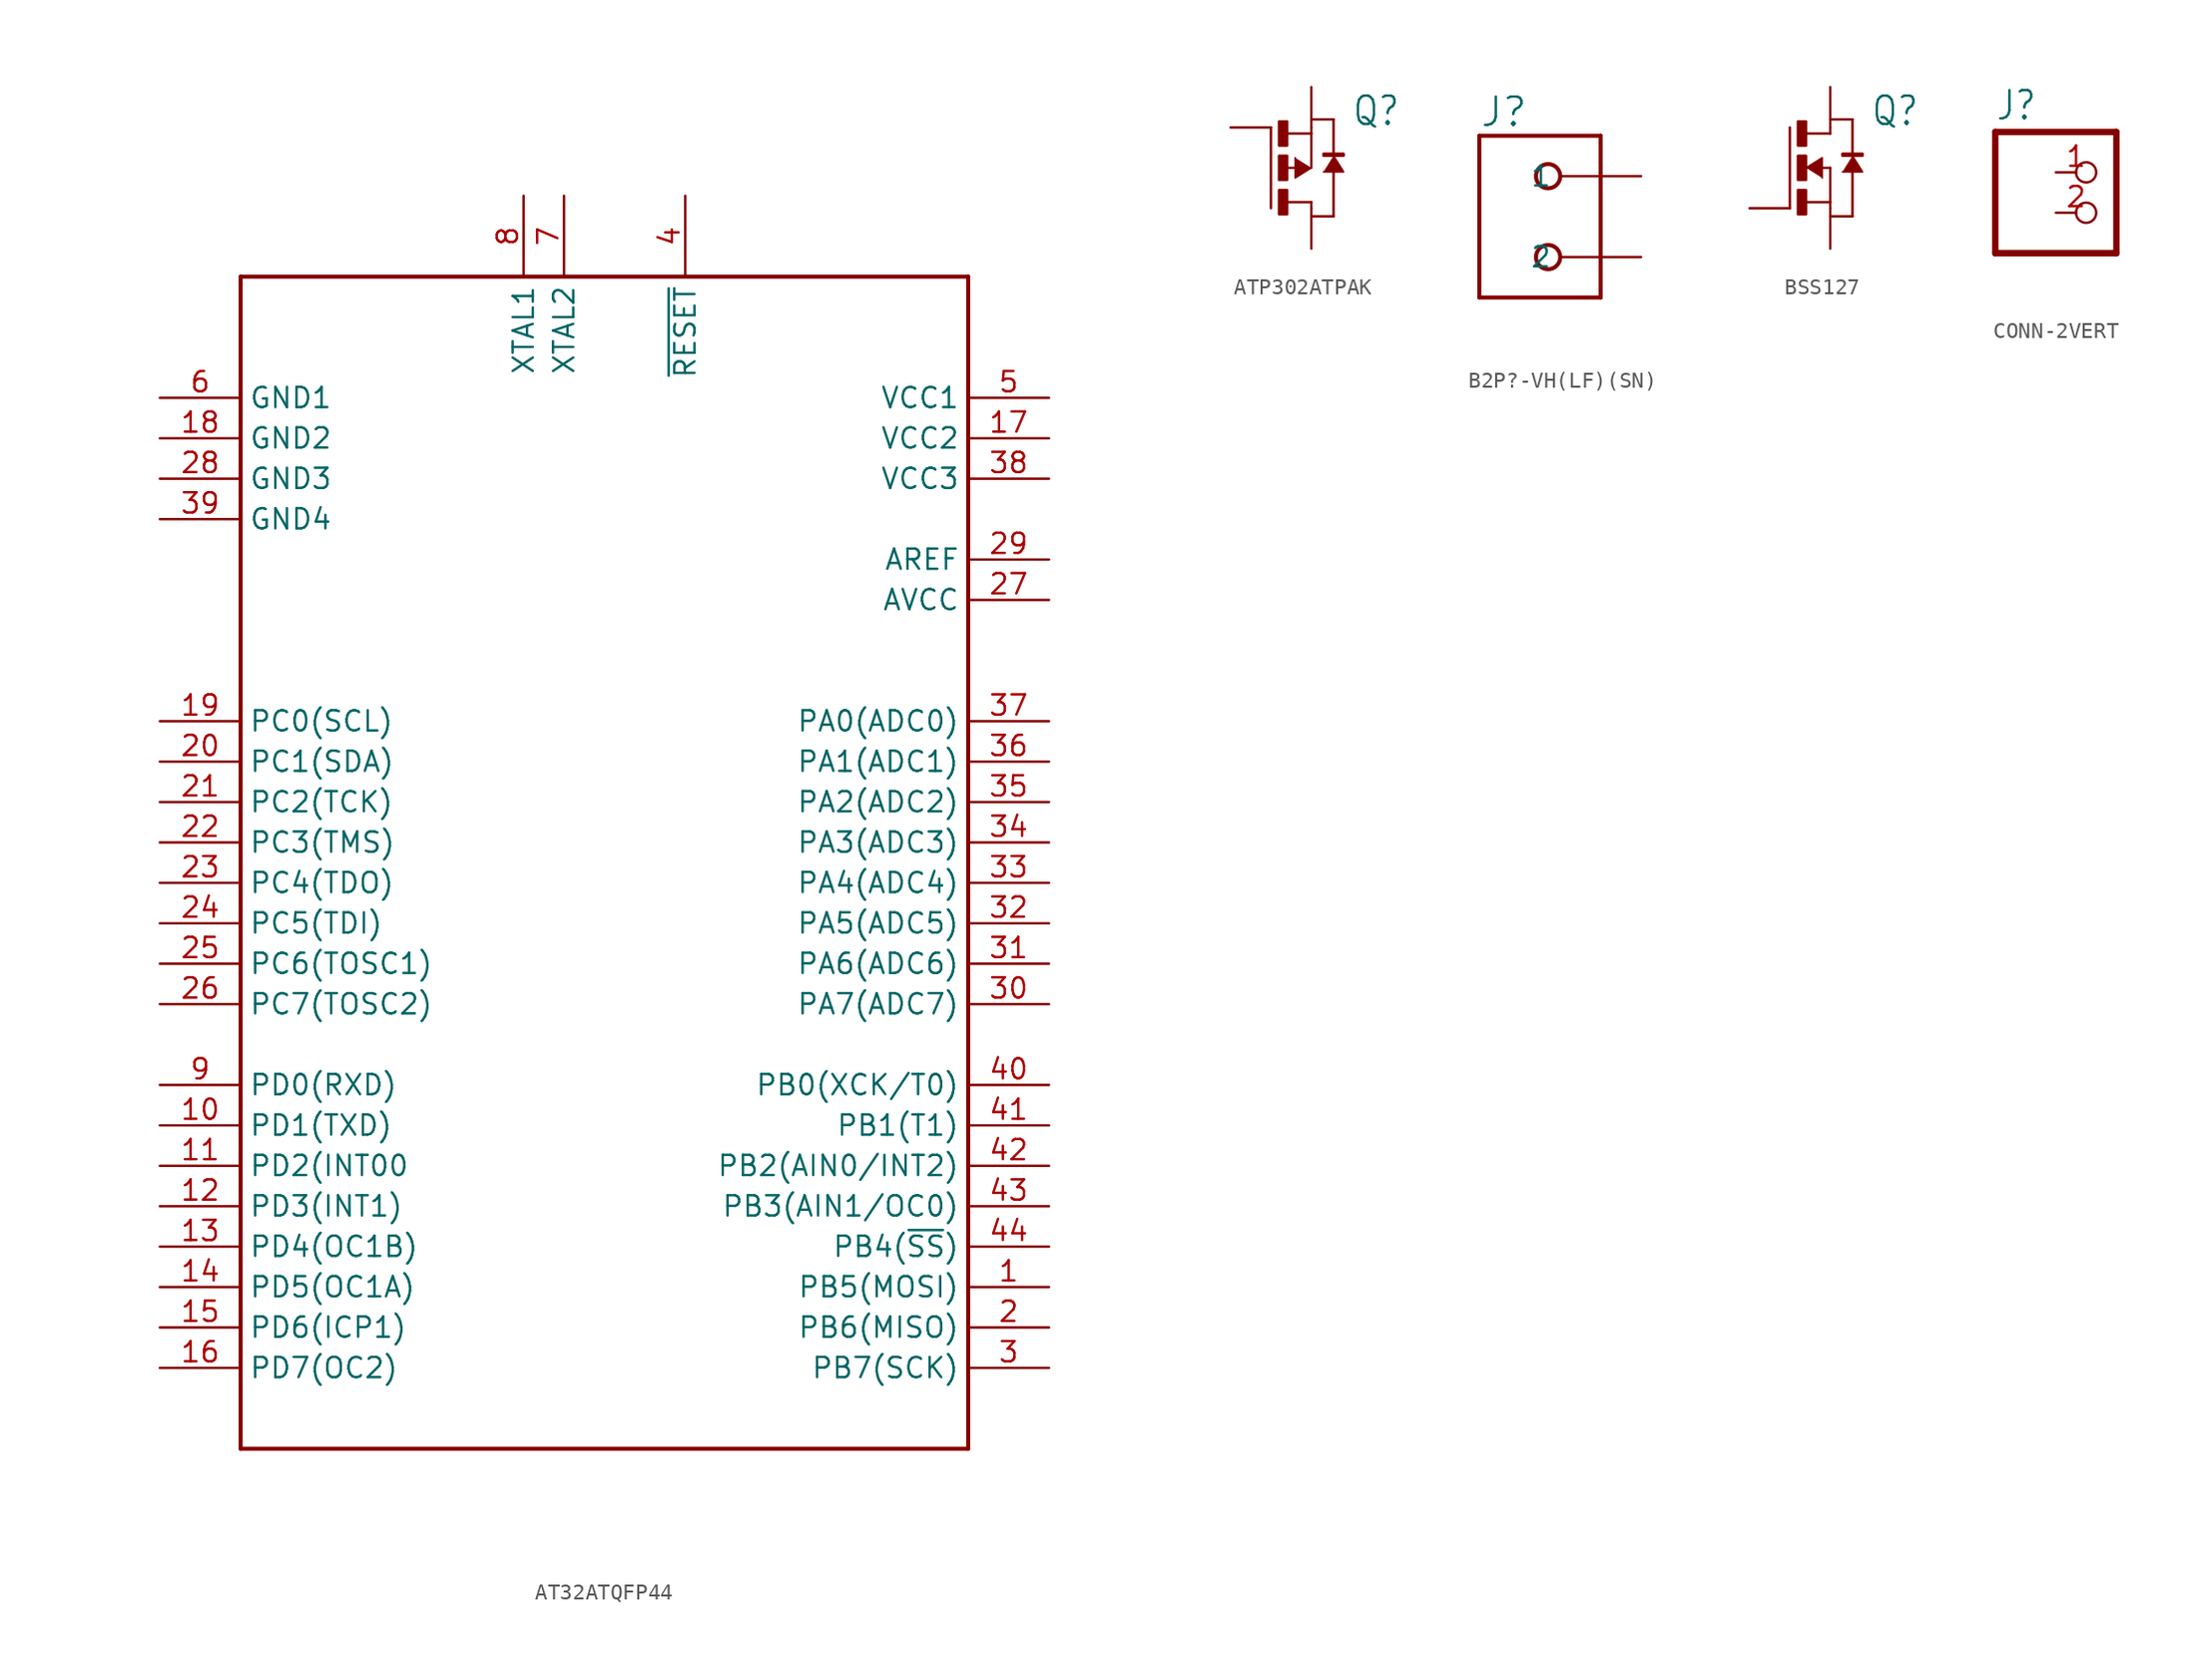
<source format=kicad_sym>
(kicad_symbol_lib
  (version 20220914)
  (generator kicad_symbol_editor)
  (symbol "AT32ATQFP44"
    (property "Reference" "U"
      (at 0 0 0)
      (effects (font (size 1.27 1.27)) hide))
    (property "ki_locked" ""
      (at 0 0 0)
      (effects (font (size 1.27 1.27))))
    (symbol "AT32ATQFP44_1_0"
      (polyline (pts (xy -22.86 -35.56) (xy 22.86 -35.56)) (stroke (width 0.254) (type solid)) (fill (type none)))
      (polyline (pts (xy -22.86 38.1) (xy -22.86 -35.56)) (stroke (width 0.254) (type solid)) (fill (type none)))
      (polyline (pts (xy 22.86 -35.56) (xy 22.86 38.1)) (stroke (width 0.254) (type solid)) (fill (type none)))
      (polyline (pts (xy 22.86 38.1) (xy -22.86 38.1)) (stroke (width 0.254) (type solid)) (fill (type none)))
      (pin bidirectional line (at 27.94 -25.4 180) (length 5.08) (name "PB5(MOSI)" (effects (font (size 1.27 1.27)))) (number "1" (effects (font (size 1.27 1.27)))))
      (pin bidirectional line (at -27.94 -15.24 0) (length 5.08) (name "PD1(TXD)" (effects (font (size 1.27 1.27)))) (number "10" (effects (font (size 1.27 1.27)))))
      (pin bidirectional line (at -27.94 -17.78 0) (length 5.08) (name "PD2(INT00" (effects (font (size 1.27 1.27)))) (number "11" (effects (font (size 1.27 1.27)))))
      (pin bidirectional line (at -27.94 -20.32 0) (length 5.08) (name "PD3(INT1)" (effects (font (size 1.27 1.27)))) (number "12" (effects (font (size 1.27 1.27)))))
      (pin bidirectional line (at -27.94 -22.86 0) (length 5.08) (name "PD4(OC1B)" (effects (font (size 1.27 1.27)))) (number "13" (effects (font (size 1.27 1.27)))))
      (pin bidirectional line (at -27.94 -25.4 0) (length 5.08) (name "PD5(OC1A)" (effects (font (size 1.27 1.27)))) (number "14" (effects (font (size 1.27 1.27)))))
      (pin bidirectional line (at -27.94 -27.94 0) (length 5.08) (name "PD6(ICP1)" (effects (font (size 1.27 1.27)))) (number "15" (effects (font (size 1.27 1.27)))))
      (pin bidirectional line (at -27.94 -30.48 0) (length 5.08) (name "PD7(OC2)" (effects (font (size 1.27 1.27)))) (number "16" (effects (font (size 1.27 1.27)))))
      (pin bidirectional line (at 27.94 27.94 180) (length 5.08) (name "VCC2" (effects (font (size 1.27 1.27)))) (number "17" (effects (font (size 1.27 1.27)))))
      (pin bidirectional line (at -27.94 27.94 0) (length 5.08) (name "GND2" (effects (font (size 1.27 1.27)))) (number "18" (effects (font (size 1.27 1.27)))))
      (pin bidirectional line (at -27.94 10.16 0) (length 5.08) (name "PC0(SCL)" (effects (font (size 1.27 1.27)))) (number "19" (effects (font (size 1.27 1.27)))))
      (pin bidirectional line (at 27.94 -27.94 180) (length 5.08) (name "PB6(MISO)" (effects (font (size 1.27 1.27)))) (number "2" (effects (font (size 1.27 1.27)))))
      (pin bidirectional line (at -27.94 7.62 0) (length 5.08) (name "PC1(SDA)" (effects (font (size 1.27 1.27)))) (number "20" (effects (font (size 1.27 1.27)))))
      (pin bidirectional line (at -27.94 5.08 0) (length 5.08) (name "PC2(TCK)" (effects (font (size 1.27 1.27)))) (number "21" (effects (font (size 1.27 1.27)))))
      (pin bidirectional line (at -27.94 2.54 0) (length 5.08) (name "PC3(TMS)" (effects (font (size 1.27 1.27)))) (number "22" (effects (font (size 1.27 1.27)))))
      (pin bidirectional line (at -27.94 0 0) (length 5.08) (name "PC4(TDO)" (effects (font (size 1.27 1.27)))) (number "23" (effects (font (size 1.27 1.27)))))
      (pin bidirectional line (at -27.94 -2.54 0) (length 5.08) (name "PC5(TDI)" (effects (font (size 1.27 1.27)))) (number "24" (effects (font (size 1.27 1.27)))))
      (pin bidirectional line (at -27.94 -5.08 0) (length 5.08) (name "PC6(TOSC1)" (effects (font (size 1.27 1.27)))) (number "25" (effects (font (size 1.27 1.27)))))
      (pin bidirectional line (at -27.94 -7.62 0) (length 5.08) (name "PC7(TOSC2)" (effects (font (size 1.27 1.27)))) (number "26" (effects (font (size 1.27 1.27)))))
      (pin bidirectional line (at 27.94 17.78 180) (length 5.08) (name "AVCC" (effects (font (size 1.27 1.27)))) (number "27" (effects (font (size 1.27 1.27)))))
      (pin bidirectional line (at -27.94 25.4 0) (length 5.08) (name "GND3" (effects (font (size 1.27 1.27)))) (number "28" (effects (font (size 1.27 1.27)))))
      (pin bidirectional line (at 27.94 20.32 180) (length 5.08) (name "AREF" (effects (font (size 1.27 1.27)))) (number "29" (effects (font (size 1.27 1.27)))))
      (pin bidirectional line (at 27.94 -30.48 180) (length 5.08) (name "PB7(SCK)" (effects (font (size 1.27 1.27)))) (number "3" (effects (font (size 1.27 1.27)))))
      (pin bidirectional line (at 27.94 -7.62 180) (length 5.08) (name "PA7(ADC7)" (effects (font (size 1.27 1.27)))) (number "30" (effects (font (size 1.27 1.27)))))
      (pin bidirectional line (at 27.94 -5.08 180) (length 5.08) (name "PA6(ADC6)" (effects (font (size 1.27 1.27)))) (number "31" (effects (font (size 1.27 1.27)))))
      (pin bidirectional line (at 27.94 -2.54 180) (length 5.08) (name "PA5(ADC5)" (effects (font (size 1.27 1.27)))) (number "32" (effects (font (size 1.27 1.27)))))
      (pin bidirectional line (at 27.94 0 180) (length 5.08) (name "PA4(ADC4)" (effects (font (size 1.27 1.27)))) (number "33" (effects (font (size 1.27 1.27)))))
      (pin bidirectional line (at 27.94 2.54 180) (length 5.08) (name "PA3(ADC3)" (effects (font (size 1.27 1.27)))) (number "34" (effects (font (size 1.27 1.27)))))
      (pin bidirectional line (at 27.94 5.08 180) (length 5.08) (name "PA2(ADC2)" (effects (font (size 1.27 1.27)))) (number "35" (effects (font (size 1.27 1.27)))))
      (pin bidirectional line (at 27.94 7.62 180) (length 5.08) (name "PA1(ADC1)" (effects (font (size 1.27 1.27)))) (number "36" (effects (font (size 1.27 1.27)))))
      (pin bidirectional line (at 27.94 10.16 180) (length 5.08) (name "PA0(ADC0)" (effects (font (size 1.27 1.27)))) (number "37" (effects (font (size 1.27 1.27)))))
      (pin bidirectional line (at 27.94 25.4 180) (length 5.08) (name "VCC3" (effects (font (size 1.27 1.27)))) (number "38" (effects (font (size 1.27 1.27)))))
      (pin bidirectional line (at -27.94 22.86 0) (length 5.08) (name "GND4" (effects (font (size 1.27 1.27)))) (number "39" (effects (font (size 1.27 1.27)))))
      (pin bidirectional line (at 5.08 43.18 270) (length 5.08) (name "~{RESET}" (effects (font (size 1.27 1.27)))) (number "4" (effects (font (size 1.27 1.27)))))
      (pin bidirectional line (at 27.94 -12.7 180) (length 5.08) (name "PB0(XCK/T0)" (effects (font (size 1.27 1.27)))) (number "40" (effects (font (size 1.27 1.27)))))
      (pin bidirectional line (at 27.94 -15.24 180) (length 5.08) (name "PB1(T1)" (effects (font (size 1.27 1.27)))) (number "41" (effects (font (size 1.27 1.27)))))
      (pin bidirectional line (at 27.94 -17.78 180) (length 5.08) (name "PB2(AIN0/INT2)" (effects (font (size 1.27 1.27)))) (number "42" (effects (font (size 1.27 1.27)))))
      (pin bidirectional line (at 27.94 -20.32 180) (length 5.08) (name "PB3(AIN1/OC0)" (effects (font (size 1.27 1.27)))) (number "43" (effects (font (size 1.27 1.27)))))
      (pin bidirectional line (at 27.94 -22.86 180) (length 5.08) (name "PB4(~{SS})" (effects (font (size 1.27 1.27)))) (number "44" (effects (font (size 1.27 1.27)))))
      (pin bidirectional line (at 27.94 30.48 180) (length 5.08) (name "VCC1" (effects (font (size 1.27 1.27)))) (number "5" (effects (font (size 1.27 1.27)))))
      (pin bidirectional line (at -27.94 30.48 0) (length 5.08) (name "GND1" (effects (font (size 1.27 1.27)))) (number "6" (effects (font (size 1.27 1.27)))))
      (pin bidirectional line (at -2.54 43.18 270) (length 5.08) (name "XTAL2" (effects (font (size 1.27 1.27)))) (number "7" (effects (font (size 1.27 1.27)))))
      (pin bidirectional line (at -5.08 43.18 270) (length 5.08) (name "XTAL1" (effects (font (size 1.27 1.27)))) (number "8" (effects (font (size 1.27 1.27)))))
      (pin bidirectional line (at -27.94 -12.7 0) (length 5.08) (name "PD0(RXD)" (effects (font (size 1.27 1.27)))) (number "9" (effects (font (size 1.27 1.27)))))))
  (symbol "ATP302ATPAK"
    (property "Reference" "Q"
      (at 2.54 2.54 0)
      (effects (font (size 1.778 1.511)) (justify left bottom)))
    (property "Value" ""
      (at 2.54 0 0)
      (effects (font (size 1.778 1.511)) (justify left bottom)))
    (property "ki_locked" ""
      (at 0 0 0)
      (effects (font (size 1.27 1.27))))
    (symbol "ATP302ATPAK_1_0"
      (rectangle (start -2.032 -2.921) (end -1.524 -1.397) (stroke (width 0) (type default)) (fill (type outline)))
      (rectangle (start -2.032 -0.762) (end -1.524 0.762) (stroke (width 0) (type default)) (fill (type outline)))
      (rectangle (start -2.032 1.397) (end -1.524 2.921) (stroke (width 0) (type default)) (fill (type outline)))
      (polyline (pts (xy -2.54 2.54) (xy -2.54 -2.54)) (stroke (width 0.152) (type solid)) (fill (type none)))
      (polyline (pts (xy -1.524 -2.159) (xy 0 -2.159)) (stroke (width 0.152) (type solid)) (fill (type none)))
      (polyline (pts (xy -1.524 0) (xy -1.016 0)) (stroke (width 0.152) (type solid)) (fill (type none)))
      (polyline (pts (xy -1.524 2.159) (xy 0 2.159)) (stroke (width 0.152) (type solid)) (fill (type none)))
      (polyline (pts (xy 0 -2.159) (xy 0 -2.54)) (stroke (width 0.152) (type solid)) (fill (type none)))
      (polyline (pts (xy 0 0) (xy 0 2.159)) (stroke (width 0.152) (type solid)) (fill (type none)))
      (polyline (pts (xy 0 2.159) (xy 0 2.54)) (stroke (width 0.152) (type solid)) (fill (type none)))
      (polyline (pts (xy 0 3.048) (xy 1.397 3.048)) (stroke (width 0.152) (type solid)) (fill (type none)))
      (polyline (pts (xy 1.397 -3.048) (xy 0 -3.048)) (stroke (width 0.152) (type solid)) (fill (type none)))
      (polyline (pts (xy 1.397 -0.254) (xy 1.397 -3.048)) (stroke (width 0.152) (type solid)) (fill (type none)))
      (polyline (pts (xy 1.397 3.048) (xy 1.397 0.762)) (stroke (width 0.152) (type solid)) (fill (type none)))
      (polyline (pts (xy 0 0) (xy -1.016 -0.635) (xy -1.016 0.635)) (stroke (width 0.102) (type solid)) (fill (type outline)))
      (polyline (pts (xy 1.397 0.762) (xy 2.032 -0.254) (xy 0.762 -0.254)) (stroke (width 0.102) (type solid)) (fill (type outline)))
      (rectangle (start 0.762 0.762) (end 2.032 0.889) (stroke (width 0) (type default)) (fill (type outline)))
      (pin passive line (at -5.08 2.54 0) (length 2.54) (name "G" (effects (font (size 0 0)))) (number "1" (effects (font (size 0 0)))))
      (pin passive line (at 0 5.08 270) (length 2.54) (name "S" (effects (font (size 0 0)))) (number "2" (effects (font (size 0 0)))))
      (pin passive line (at 0 -5.08 90) (length 2.54) (name "D" (effects (font (size 0 0)))) (number "3" (effects (font (size 0 0)))))))
  (symbol "B2P?-VH(LF)(SN)"
    (property "Reference" "J"
      (at -5.08 7.62 0)
      (effects (font (size 1.778 1.778)) (justify left top)))
    (property "Value" ""
      (at -5.08 -7.62 0)
      (effects (font (size 1.778 1.778)) (justify left bottom)))
    (property "ki_locked" ""
      (at 0 0 0)
      (effects (font (size 1.27 1.27))))
    (symbol "B2P?-VH(LF)(SN)_1_0"
      (circle (center -0.762 -2.54) (radius 0.762) (stroke (width 0.254) (type solid)) (fill (type none)))
      (circle (center -0.762 2.54) (radius 0.762) (stroke (width 0.254) (type solid)) (fill (type none)))
      (polyline (pts (xy -5.08 -5.08) (xy 2.54 -5.08)) (stroke (width 0.254) (type solid)) (fill (type none)))
      (polyline (pts (xy -5.08 5.08) (xy -5.08 -5.08)) (stroke (width 0.254) (type solid)) (fill (type none)))
      (polyline (pts (xy 2.54 -5.08) (xy 2.54 5.08)) (stroke (width 0.254) (type solid)) (fill (type none)))
      (polyline (pts (xy 2.54 5.08) (xy -5.08 5.08)) (stroke (width 0.254) (type solid)) (fill (type none)))
      (pin bidirectional line (at 5.08 2.54 180) (length 5.08) (name "1" (effects (font (size 1.27 1.27)))) (number "1" (effects (font (size 0 0)))))
      (pin bidirectional line (at 5.08 -2.54 180) (length 5.08) (name "2" (effects (font (size 1.27 1.27)))) (number "2" (effects (font (size 0 0)))))))
  (symbol "BSS127"
    (property "Reference" "Q"
      (at 2.54 2.54 0)
      (effects (font (size 1.778 1.511)) (justify left bottom)))
    (property "Value" ""
      (at 2.54 0 0)
      (effects (font (size 1.778 1.511)) (justify left bottom)))
    (property "ki_locked" ""
      (at 0 0 0)
      (effects (font (size 1.27 1.27))))
    (symbol "BSS127_1_0"
      (rectangle (start -2.032 -2.921) (end -1.524 -1.397) (stroke (width 0) (type default)) (fill (type outline)))
      (rectangle (start -2.032 -0.762) (end -1.524 0.762) (stroke (width 0) (type default)) (fill (type outline)))
      (rectangle (start -2.032 1.397) (end -1.524 2.921) (stroke (width 0) (type default)) (fill (type outline)))
      (polyline (pts (xy -2.54 -2.54) (xy -2.54 2.54)) (stroke (width 0.152) (type solid)) (fill (type none)))
      (polyline (pts (xy -1.524 -2.159) (xy 0 -2.159)) (stroke (width 0.152) (type solid)) (fill (type none)))
      (polyline (pts (xy -1.524 2.159) (xy 0 2.159)) (stroke (width 0.152) (type solid)) (fill (type none)))
      (polyline (pts (xy -0.508 0) (xy 0 0)) (stroke (width 0.152) (type solid)) (fill (type none)))
      (polyline (pts (xy 0 -2.159) (xy 0 -2.54)) (stroke (width 0.152) (type solid)) (fill (type none)))
      (polyline (pts (xy 0 0) (xy 0 -2.159)) (stroke (width 0.152) (type solid)) (fill (type none)))
      (polyline (pts (xy 0 2.159) (xy 0 2.54)) (stroke (width 0.152) (type solid)) (fill (type none)))
      (polyline (pts (xy 0 3.048) (xy 1.397 3.048)) (stroke (width 0.152) (type solid)) (fill (type none)))
      (polyline (pts (xy 1.397 -3.048) (xy 0 -3.048)) (stroke (width 0.152) (type solid)) (fill (type none)))
      (polyline (pts (xy 1.397 -0.254) (xy 1.397 -3.048)) (stroke (width 0.152) (type solid)) (fill (type none)))
      (polyline (pts (xy 1.397 3.048) (xy 1.397 0.762)) (stroke (width 0.152) (type solid)) (fill (type none)))
      (polyline (pts (xy -1.524 0) (xy -0.508 0.635) (xy -0.508 -0.635)) (stroke (width 0.102) (type solid)) (fill (type outline)))
      (polyline (pts (xy 1.397 0.762) (xy 2.032 -0.254) (xy 0.762 -0.254)) (stroke (width 0.102) (type solid)) (fill (type outline)))
      (rectangle (start 0.762 0.762) (end 2.032 0.889) (stroke (width 0) (type default)) (fill (type outline)))
      (pin passive line (at -5.08 -2.54 0) (length 2.54) (name "G" (effects (font (size 0 0)))) (number "1" (effects (font (size 0 0)))))
      (pin passive line (at 0 -5.08 90) (length 2.54) (name "S" (effects (font (size 0 0)))) (number "2" (effects (font (size 0 0)))))
      (pin passive line (at 0 5.08 270) (length 2.54) (name "D" (effects (font (size 0 0)))) (number "3" (effects (font (size 0 0)))))))
  (symbol "CONN-2VERT"
    (property "Reference" "J"
      (at -6.35 5.715 0)
      (effects (font (size 1.778 1.511)) (justify left bottom)))
    (property "Value" ""
      (at -6.35 -5.08 0)
      (effects (font (size 1.778 1.511)) (justify left bottom)))
    (property "ki_locked" ""
      (at 0 0 0)
      (effects (font (size 1.27 1.27))))
    (symbol "CONN-2VERT_1_0"
      (polyline (pts (xy -6.35 -2.54) (xy 1.27 -2.54)) (stroke (width 0.406) (type solid)) (fill (type none)))
      (polyline (pts (xy -6.35 5.08) (xy -6.35 -2.54)) (stroke (width 0.406) (type solid)) (fill (type none)))
      (polyline (pts (xy 1.27 -2.54) (xy 1.27 5.08)) (stroke (width 0.406) (type solid)) (fill (type none)))
      (polyline (pts (xy 1.27 5.08) (xy -6.35 5.08)) (stroke (width 0.406) (type solid)) (fill (type none)))
      (pin passive inverted (at -2.54 2.54 0) (length 2.54) (name "1" (effects (font (size 0 0)))) (number "1" (effects (font (size 1.27 1.27)))))
      (pin passive inverted (at -2.54 0 0) (length 2.54) (name "2" (effects (font (size 0 0)))) (number "2" (effects (font (size 1.27 1.27))))))))
</source>
